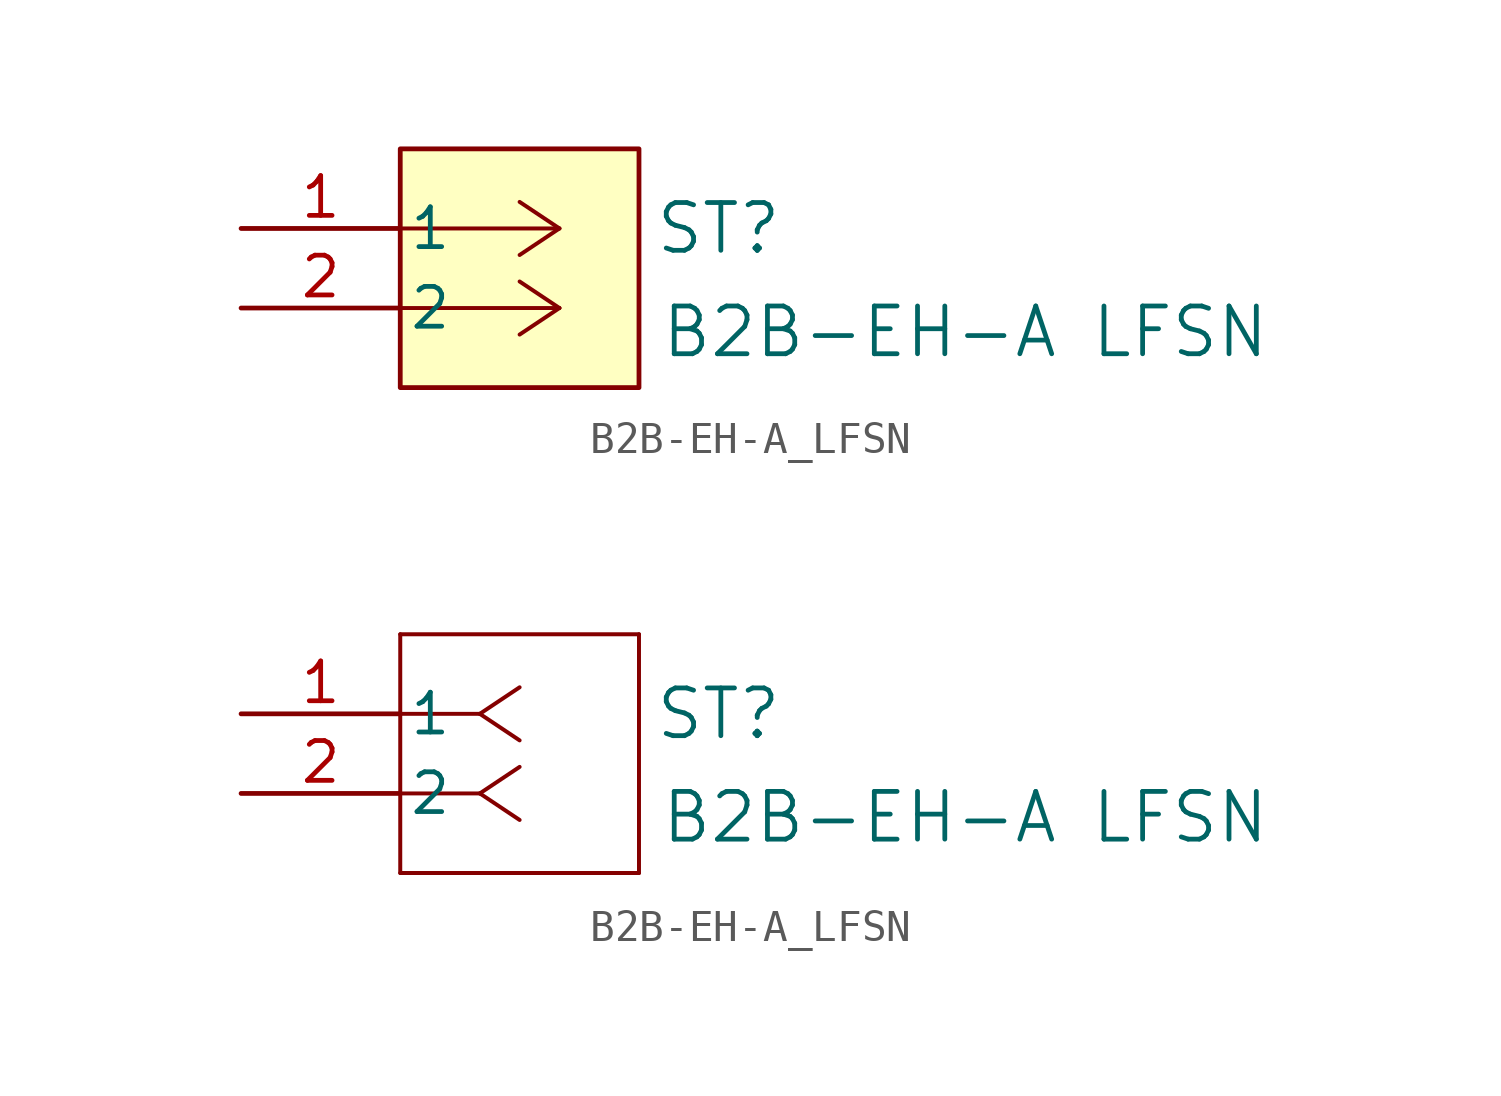
<source format=kicad_sym>
(kicad_symbol_lib
  (version 20241209)
  (generator "kicad_symbol_editor")
  (generator_version "9.0")
  (symbol "B2B-EH-A_LFSN"
    (pin_names
      (offset 0.254))
    (property "Reference" "ST"
      (at 15.24 0 0)
      (effects (font (size 1.524 1.524))))
    (property "Value" "B2B-EH-A LFSN"
      (at 23.114 -3.302 0)
      (effects (font (size 1.524 1.524))))
    (symbol "B2B-EH-A_LFSN_1_1"
      (rectangle (start 5.08 2.54) (end 12.7 -5.08) (stroke (width 0) (type solid)) (fill (type background)))
      (polyline (pts (xy 10.16 0) (xy 5.08 0)) (stroke (width 0.127) (type default)) (fill (type none)))
      (polyline (pts (xy 10.16 0) (xy 8.89 0.847)) (stroke (width 0.127) (type default)) (fill (type none)))
      (polyline (pts (xy 10.16 0) (xy 8.89 -0.847)) (stroke (width 0.127) (type default)) (fill (type none)))
      (polyline (pts (xy 10.16 -2.54) (xy 5.08 -2.54)) (stroke (width 0.127) (type default)) (fill (type none)))
      (polyline (pts (xy 10.16 -2.54) (xy 8.89 -1.693)) (stroke (width 0.127) (type default)) (fill (type none)))
      (polyline (pts (xy 10.16 -2.54) (xy 8.89 -3.387)) (stroke (width 0.127) (type default)) (fill (type none)))
      (pin power_in line (at 0 0 0) (length 5.08) (name "1" (effects (font (size 1.27 1.27)))) (number "1" (effects (font (size 1.27 1.27)))))
      (pin power_in line (at 0 -2.54 0) (length 5.08) (name "2" (effects (font (size 1.27 1.27)))) (number "2" (effects (font (size 1.27 1.27))))))
    (symbol "B2B-EH-A_LFSN_1_2"
      (polyline (pts (xy 5.08 2.54) (xy 5.08 -5.08)) (stroke (width 0.127) (type default)) (fill (type none)))
      (polyline (pts (xy 5.08 -5.08) (xy 12.7 -5.08)) (stroke (width 0.127) (type default)) (fill (type none)))
      (polyline (pts (xy 7.62 0) (xy 5.08 0)) (stroke (width 0.127) (type default)) (fill (type none)))
      (polyline (pts (xy 7.62 0) (xy 8.89 0.847)) (stroke (width 0.127) (type default)) (fill (type none)))
      (polyline (pts (xy 7.62 0) (xy 8.89 -0.847)) (stroke (width 0.127) (type default)) (fill (type none)))
      (polyline (pts (xy 7.62 -2.54) (xy 5.08 -2.54)) (stroke (width 0.127) (type default)) (fill (type none)))
      (polyline (pts (xy 7.62 -2.54) (xy 8.89 -1.693)) (stroke (width 0.127) (type default)) (fill (type none)))
      (polyline (pts (xy 7.62 -2.54) (xy 8.89 -3.387)) (stroke (width 0.127) (type default)) (fill (type none)))
      (polyline (pts (xy 12.7 2.54) (xy 5.08 2.54)) (stroke (width 0.127) (type default)) (fill (type none)))
      (polyline (pts (xy 12.7 -5.08) (xy 12.7 2.54)) (stroke (width 0.127) (type default)) (fill (type none)))
      (pin unspecified line (at 0 0 0) (length 5.08) (name "1" (effects (font (size 1.27 1.27)))) (number "1" (effects (font (size 1.27 1.27)))))
      (pin unspecified line (at 0 -2.54 0) (length 5.08) (name "2" (effects (font (size 1.27 1.27)))) (number "2" (effects (font (size 1.27 1.27))))))))
</source>
